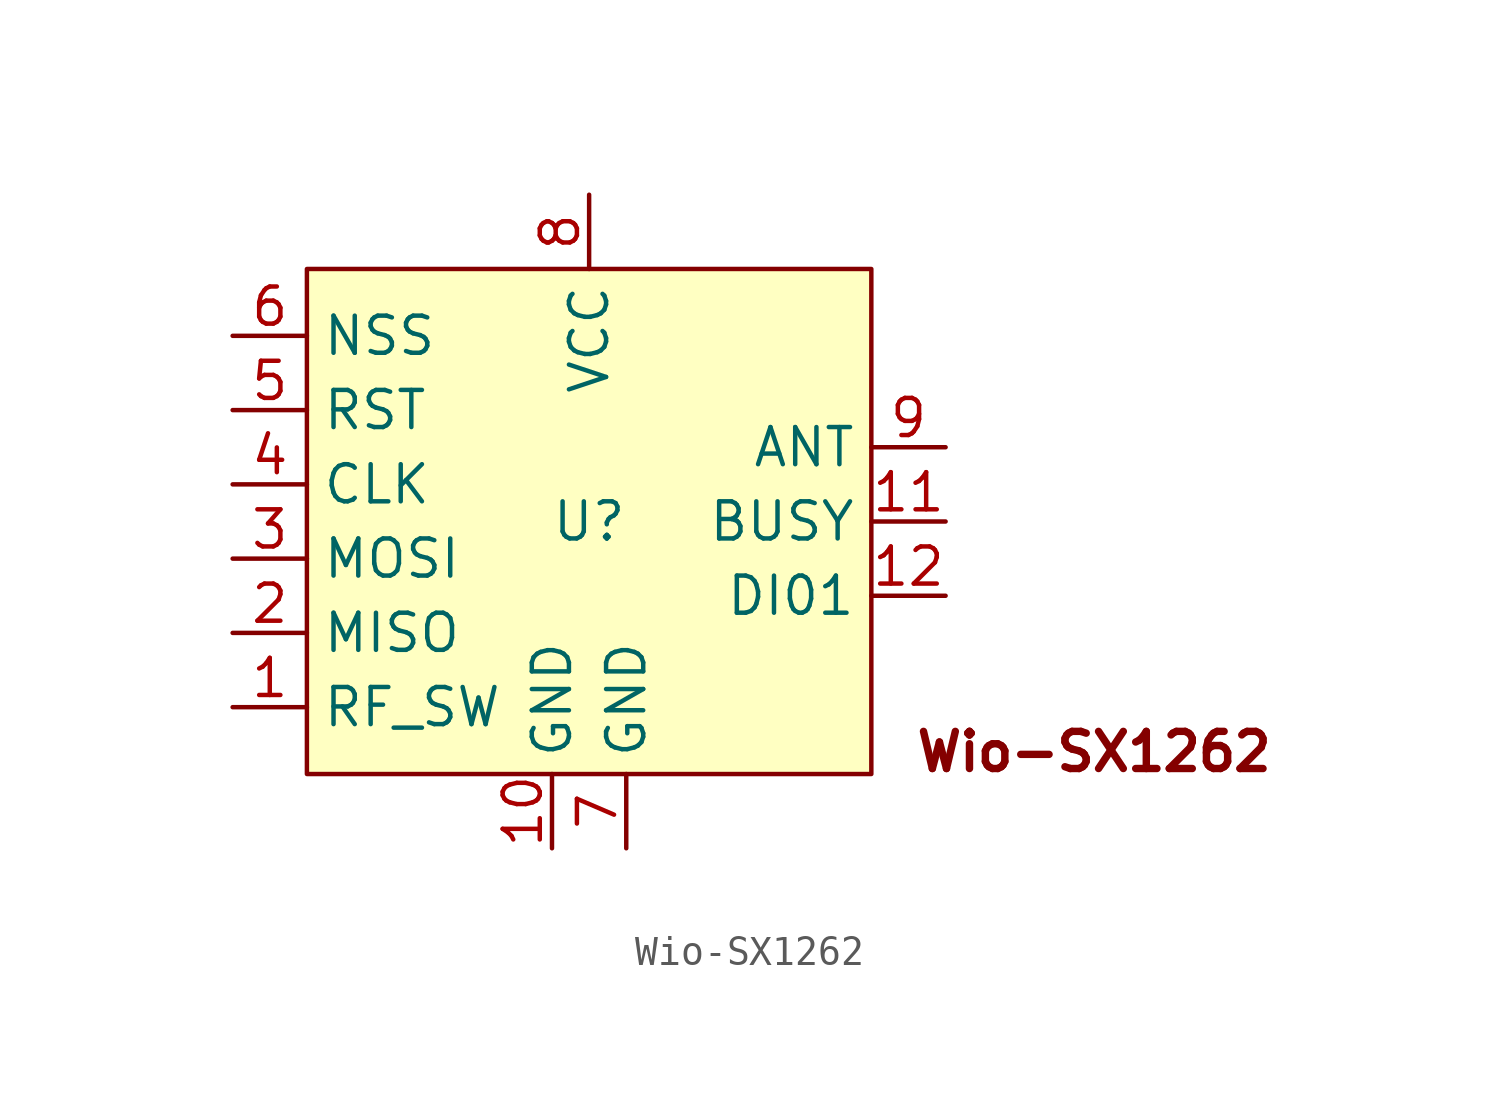
<source format=kicad_sym>
(kicad_symbol_lib
  (version 20220914)
  (generator kicad_symbol_editor)
  (symbol "Wio-SX1262"
    (property "Reference" "U"
      (at 0 0 0)
      (effects (font (size 1.27 1.27))))
    (property "Value" ""
      (at 0 0 0)
      (effects (font (size 1.27 1.27))))
    (symbol "Wio-SX1262_0_0"
      (pin unspecified line (at -12.192 -6.35 0) (length 2.54) (name "RF_SW" (effects (font (size 1.27 1.27)))) (number "1" (effects (font (size 1.27 1.27)))))
      (pin unspecified line (at -1.27 -11.176 90) (length 2.54) (name "GND" (effects (font (size 1.27 1.27)))) (number "10" (effects (font (size 1.27 1.27)))))
      (pin unspecified line (at 12.192 0 180) (length 2.54) (name "BUSY" (effects (font (size 1.27 1.27)))) (number "11" (effects (font (size 1.27 1.27)))))
      (pin unspecified line (at 12.192 -2.54 180) (length 2.54) (name "DI01" (effects (font (size 1.27 1.27)))) (number "12" (effects (font (size 1.27 1.27)))))
      (pin unspecified line (at -12.192 -3.81 0) (length 2.54) (name "MISO" (effects (font (size 1.27 1.27)))) (number "2" (effects (font (size 1.27 1.27)))))
      (pin unspecified line (at -12.192 -1.27 0) (length 2.54) (name "MOSI" (effects (font (size 1.27 1.27)))) (number "3" (effects (font (size 1.27 1.27)))))
      (pin unspecified line (at -12.192 1.27 0) (length 2.54) (name "CLK" (effects (font (size 1.27 1.27)))) (number "4" (effects (font (size 1.27 1.27)))))
      (pin unspecified line (at -12.192 3.81 0) (length 2.54) (name "RST" (effects (font (size 1.27 1.27)))) (number "5" (effects (font (size 1.27 1.27)))))
      (pin unspecified line (at -12.192 6.35 0) (length 2.54) (name "NSS" (effects (font (size 1.27 1.27)))) (number "6" (effects (font (size 1.27 1.27)))))
      (pin power_in line (at 1.27 -11.176 90) (length 2.54) (name "GND" (effects (font (size 1.27 1.27)))) (number "7" (effects (font (size 1.27 1.27)))))
      (pin power_in line (at 0 11.176 270) (length 2.54) (name "VCC" (effects (font (size 1.27 1.27)))) (number "8" (effects (font (size 1.27 1.27)))))
      (pin unspecified line (at 12.192 2.54 180) (length 2.54) (name "ANT" (effects (font (size 1.27 1.27)))) (number "9" (effects (font (size 1.27 1.27))))))
    (symbol "Wio-SX1262_1_1"
      (rectangle (start -9.652 8.636) (end 9.652 -8.636) (stroke (width 0) (type default)) (fill (type background)))
      (text "Wio-SX1262" (at 17.272 -7.874 0) (effects (font (size 1.27 1.27) bold))))))
</source>
